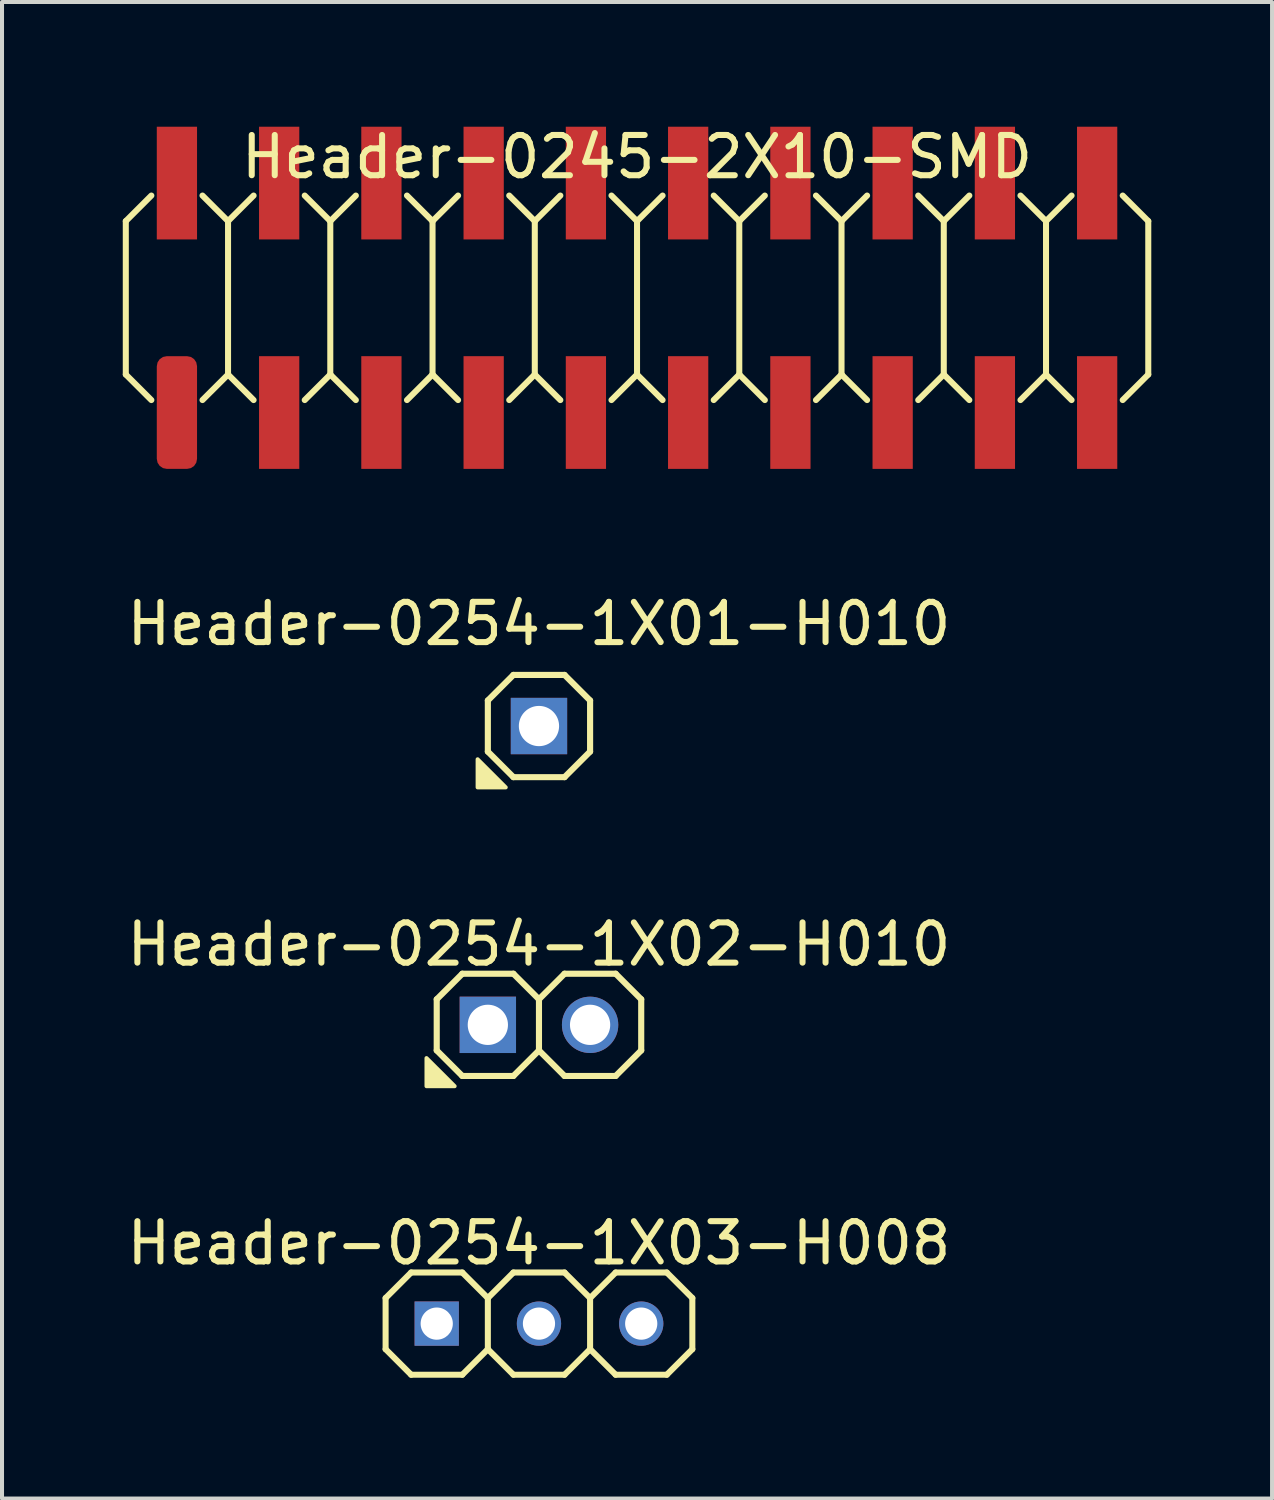
<source format=kicad_pcb>
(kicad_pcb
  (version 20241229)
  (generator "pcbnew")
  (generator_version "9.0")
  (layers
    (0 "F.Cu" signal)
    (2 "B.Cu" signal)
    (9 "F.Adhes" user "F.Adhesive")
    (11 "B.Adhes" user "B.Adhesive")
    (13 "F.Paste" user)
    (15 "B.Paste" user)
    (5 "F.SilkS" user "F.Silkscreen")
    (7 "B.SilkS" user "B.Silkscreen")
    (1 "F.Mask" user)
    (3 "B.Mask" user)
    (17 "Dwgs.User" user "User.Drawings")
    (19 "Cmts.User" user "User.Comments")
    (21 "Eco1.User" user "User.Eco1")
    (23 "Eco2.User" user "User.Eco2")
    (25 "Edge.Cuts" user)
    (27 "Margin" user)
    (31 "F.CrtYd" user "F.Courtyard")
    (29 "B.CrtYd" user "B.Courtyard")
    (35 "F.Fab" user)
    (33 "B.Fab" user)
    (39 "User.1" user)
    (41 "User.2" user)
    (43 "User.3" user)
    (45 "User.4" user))
  (footprint "Header-0254-1X01-H010"
    (layer "F.Cu")
    (at 10.339 14.986)
    (property "Reference" "Header-0254-1X01-H010" (at 0 -2.54 0) (layer "F.SilkS") (effects (font (size 1 1) (thickness 0.15))))
    (attr exclude_from_pos_files exclude_from_bom)
    (fp_line (start -1.27 -0.635) (end -1.27 0.635) (stroke (width 0.152) (type solid)) (layer "F.SilkS"))
    (fp_line (start -1.27 0.635) (end -0.635 1.27) (stroke (width 0.152) (type solid)) (layer "F.SilkS"))
    (fp_line (start -0.635 -1.27) (end -1.27 -0.635) (stroke (width 0.152) (type solid)) (layer "F.SilkS"))
    (fp_line (start -0.635 -1.27) (end 0.635 -1.27) (stroke (width 0.152) (type solid)) (layer "F.SilkS"))
    (fp_line (start 0.635 -1.27) (end 1.27 -0.635) (stroke (width 0.152) (type solid)) (layer "F.SilkS"))
    (fp_line (start 0.635 1.27) (end -0.635 1.27) (stroke (width 0.152) (type solid)) (layer "F.SilkS"))
    (fp_line (start 1.27 -0.635) (end 1.27 0.635) (stroke (width 0.152) (type solid)) (layer "F.SilkS"))
    (fp_line (start 1.27 0.635) (end 0.635 1.27) (stroke (width 0.152) (type solid)) (layer "F.SilkS"))
    (fp_poly (pts (xy -1.524 0.826) (xy -1.524 1.524) (xy -0.826 1.524)) (stroke (width 0.1) (type solid)) (fill yes) (layer "F.SilkS"))
    (pad "1" thru_hole rect (at 0 0 180) (size 1.4 1.4) (drill 1) (layers "*.Cu" "*.Mask")))
  (footprint "Header-0254-1X03-H008"
    (layer "F.Cu")
    (at 10.339 29.831)
    (property "Reference" "Header-0254-1X03-H008" (at 0 -2 0) (layer "F.SilkS") (effects (font (size 1 1) (thickness 0.15))))
    (attr exclude_from_pos_files exclude_from_bom)
    (fp_line (start -3.81 -0.635) (end -3.81 0.635) (stroke (width 0.15) (type solid)) (layer "F.SilkS"))
    (fp_line (start -3.81 0.635) (end -3.175 1.27) (stroke (width 0.15) (type solid)) (layer "F.SilkS"))
    (fp_line (start -3.175 -1.27) (end -3.81 -0.635) (stroke (width 0.15) (type solid)) (layer "F.SilkS"))
    (fp_line (start -3.175 -1.27) (end -1.905 -1.27) (stroke (width 0.15) (type solid)) (layer "F.SilkS"))
    (fp_line (start -1.905 -1.27) (end -1.27 -0.635) (stroke (width 0.15) (type solid)) (layer "F.SilkS"))
    (fp_line (start -1.905 1.27) (end -3.175 1.27) (stroke (width 0.15) (type solid)) (layer "F.SilkS"))
    (fp_line (start -1.27 -0.635) (end -1.27 0.635) (stroke (width 0.15) (type solid)) (layer "F.SilkS"))
    (fp_line (start -1.27 -0.635) (end -0.635 -1.27) (stroke (width 0.15) (type solid)) (layer "F.SilkS"))
    (fp_line (start -1.27 0.635) (end -1.905 1.27) (stroke (width 0.15) (type solid)) (layer "F.SilkS"))
    (fp_line (start -0.635 -1.27) (end 0.635 -1.27) (stroke (width 0.15) (type solid)) (layer "F.SilkS"))
    (fp_line (start -0.635 1.27) (end -1.27 0.635) (stroke (width 0.15) (type solid)) (layer "F.SilkS"))
    (fp_line (start 0.635 -1.27) (end 1.27 -0.635) (stroke (width 0.15) (type solid)) (layer "F.SilkS"))
    (fp_line (start 0.635 1.27) (end -0.635 1.27) (stroke (width 0.15) (type solid)) (layer "F.SilkS"))
    (fp_line (start 1.27 -0.635) (end 1.27 0.635) (stroke (width 0.15) (type solid)) (layer "F.SilkS"))
    (fp_line (start 1.27 -0.635) (end 1.905 -1.27) (stroke (width 0.15) (type solid)) (layer "F.SilkS"))
    (fp_line (start 1.27 0.635) (end 0.635 1.27) (stroke (width 0.15) (type solid)) (layer "F.SilkS"))
    (fp_line (start 1.905 -1.27) (end 3.175 -1.27) (stroke (width 0.15) (type solid)) (layer "F.SilkS"))
    (fp_line (start 1.905 1.27) (end 1.27 0.635) (stroke (width 0.15) (type solid)) (layer "F.SilkS"))
    (fp_line (start 3.175 -1.27) (end 3.81 -0.635) (stroke (width 0.15) (type solid)) (layer "F.SilkS"))
    (fp_line (start 3.175 1.27) (end 1.905 1.27) (stroke (width 0.15) (type solid)) (layer "F.SilkS"))
    (fp_line (start 3.81 -0.635) (end 3.81 0.635) (stroke (width 0.15) (type solid)) (layer "F.SilkS"))
    (fp_line (start 3.81 0.635) (end 3.175 1.27) (stroke (width 0.15) (type solid)) (layer "F.SilkS"))
    (pad "1" thru_hole rect (at -2.54 0 180) (size 1.1 1.1) (drill 0.8) (layers "*.Cu" "*.Mask"))
    (pad "2" thru_hole circle (at 0 0 180) (size 1.1 1.1) (drill 0.8) (layers "*.Cu" "*.Mask"))
    (pad "3" thru_hole circle (at 2.54 0 180) (size 1.1 1.1) (drill 0.8) (layers "*.Cu" "*.Mask")))
  (footprint "Header-0254-1X02-H010"
    (layer "F.Cu")
    (at 10.339 22.409)
    (property "Reference" "Header-0254-1X02-H010" (at 0 -2 0) (layer "F.SilkS") (effects (font (size 1 1) (thickness 0.15))))
    (attr exclude_from_pos_files exclude_from_bom)
    (fp_line (start -2.54 -0.635) (end -2.54 0.635) (stroke (width 0.152) (type solid)) (layer "F.SilkS"))
    (fp_line (start -2.54 0.635) (end -1.905 1.27) (stroke (width 0.152) (type solid)) (layer "F.SilkS"))
    (fp_line (start -1.905 -1.27) (end -2.54 -0.635) (stroke (width 0.152) (type solid)) (layer "F.SilkS"))
    (fp_line (start -1.905 -1.27) (end -0.635 -1.27) (stroke (width 0.152) (type solid)) (layer "F.SilkS"))
    (fp_line (start -0.635 -1.27) (end 0 -0.635) (stroke (width 0.152) (type solid)) (layer "F.SilkS"))
    (fp_line (start -0.635 1.27) (end -1.905 1.27) (stroke (width 0.152) (type solid)) (layer "F.SilkS"))
    (fp_line (start 0 -0.635) (end 0 0.635) (stroke (width 0.152) (type solid)) (layer "F.SilkS"))
    (fp_line (start 0 -0.635) (end 0.635 -1.27) (stroke (width 0.152) (type solid)) (layer "F.SilkS"))
    (fp_line (start 0 0.635) (end -0.635 1.27) (stroke (width 0.152) (type solid)) (layer "F.SilkS"))
    (fp_line (start 0.635 -1.27) (end 1.905 -1.27) (stroke (width 0.152) (type solid)) (layer "F.SilkS"))
    (fp_line (start 0.635 1.27) (end 0 0.635) (stroke (width 0.152) (type solid)) (layer "F.SilkS"))
    (fp_line (start 1.905 -1.27) (end 2.54 -0.635) (stroke (width 0.152) (type solid)) (layer "F.SilkS"))
    (fp_line (start 1.905 1.27) (end 0.635 1.27) (stroke (width 0.152) (type solid)) (layer "F.SilkS"))
    (fp_line (start 2.54 -0.635) (end 2.54 0.635) (stroke (width 0.152) (type solid)) (layer "F.SilkS"))
    (fp_line (start 2.54 0.635) (end 1.905 1.27) (stroke (width 0.152) (type solid)) (layer "F.SilkS"))
    (fp_poly (pts (xy -2.794 0.826) (xy -2.794 1.524) (xy -2.095 1.524)) (stroke (width 0.1) (type solid)) (fill yes) (layer "F.SilkS"))
    (pad "1" thru_hole rect (at -1.27 0 180) (size 1.4 1.4) (drill 1) (layers "*.Cu" "*.Mask"))
    (pad "2" thru_hole circle (at 1.27 0 180) (size 1.4 1.4) (drill 1) (layers "*.Cu" "*.Mask")))
  (footprint "Header-0245-2X10-SMD"
    (layer "F.Cu")
    (at 12.775 4.348)
    (property "Reference" "Header-0245-2X10-SMD" (at 0 -3.5 0) (layer "F.SilkS") (effects (font (size 1 1) (thickness 0.15))))
    (attr exclude_from_pos_files exclude_from_bom)
    (fp_line (start -12.7 -1.905) (end -12.065 -2.54) (stroke (width 0.15) (type solid)) (layer "F.SilkS"))
    (fp_line (start -12.7 1.905) (end -12.7 -1.905) (stroke (width 0.15) (type solid)) (layer "F.SilkS"))
    (fp_line (start -12.7 1.905) (end -12.065 2.54) (stroke (width 0.15) (type solid)) (layer "F.SilkS"))
    (fp_line (start -10.795 -2.54) (end -10.16 -1.905) (stroke (width 0.15) (type solid)) (layer "F.SilkS"))
    (fp_line (start -10.795 2.54) (end -10.16 1.905) (stroke (width 0.15) (type solid)) (layer "F.SilkS"))
    (fp_line (start -10.16 -1.905) (end -10.16 1.905) (stroke (width 0.15) (type solid)) (layer "F.SilkS"))
    (fp_line (start -10.16 -1.905) (end -9.525 -2.54) (stroke (width 0.15) (type solid)) (layer "F.SilkS"))
    (fp_line (start -10.16 1.905) (end -9.525 2.54) (stroke (width 0.15) (type solid)) (layer "F.SilkS"))
    (fp_line (start -8.255 -2.54) (end -7.62 -1.905) (stroke (width 0.15) (type solid)) (layer "F.SilkS"))
    (fp_line (start -8.255 2.54) (end -7.62 1.905) (stroke (width 0.15) (type solid)) (layer "F.SilkS"))
    (fp_line (start -7.62 -1.905) (end -7.62 1.905) (stroke (width 0.15) (type solid)) (layer "F.SilkS"))
    (fp_line (start -7.62 -1.905) (end -6.985 -2.54) (stroke (width 0.15) (type solid)) (layer "F.SilkS"))
    (fp_line (start -7.62 1.905) (end -6.985 2.54) (stroke (width 0.15) (type solid)) (layer "F.SilkS"))
    (fp_line (start -5.715 -2.54) (end -5.08 -1.905) (stroke (width 0.15) (type solid)) (layer "F.SilkS"))
    (fp_line (start -5.715 2.54) (end -5.08 1.905) (stroke (width 0.15) (type solid)) (layer "F.SilkS"))
    (fp_line (start -5.08 -1.905) (end -5.08 1.905) (stroke (width 0.15) (type solid)) (layer "F.SilkS"))
    (fp_line (start -5.08 -1.905) (end -4.445 -2.54) (stroke (width 0.15) (type solid)) (layer "F.SilkS"))
    (fp_line (start -5.08 1.905) (end -4.445 2.54) (stroke (width 0.15) (type solid)) (layer "F.SilkS"))
    (fp_line (start -3.175 -2.54) (end -2.54 -1.905) (stroke (width 0.15) (type solid)) (layer "F.SilkS"))
    (fp_line (start -3.175 2.54) (end -2.54 1.905) (stroke (width 0.15) (type solid)) (layer "F.SilkS"))
    (fp_line (start -2.54 -1.905) (end -2.54 1.905) (stroke (width 0.15) (type solid)) (layer "F.SilkS"))
    (fp_line (start -2.54 -1.905) (end -1.905 -2.54) (stroke (width 0.15) (type solid)) (layer "F.SilkS"))
    (fp_line (start -2.54 1.905) (end -1.905 2.54) (stroke (width 0.15) (type solid)) (layer "F.SilkS"))
    (fp_line (start -0.635 -2.54) (end 0 -1.905) (stroke (width 0.15) (type solid)) (layer "F.SilkS"))
    (fp_line (start -0.635 2.54) (end 0 1.905) (stroke (width 0.15) (type solid)) (layer "F.SilkS"))
    (fp_line (start 0 -1.905) (end 0 1.905) (stroke (width 0.15) (type solid)) (layer "F.SilkS"))
    (fp_line (start 0 -1.905) (end 0.635 -2.54) (stroke (width 0.15) (type solid)) (layer "F.SilkS"))
    (fp_line (start 0 1.905) (end 0.635 2.54) (stroke (width 0.15) (type solid)) (layer "F.SilkS"))
    (fp_line (start 1.905 -2.54) (end 2.54 -1.905) (stroke (width 0.15) (type solid)) (layer "F.SilkS"))
    (fp_line (start 1.905 2.54) (end 2.54 1.905) (stroke (width 0.15) (type solid)) (layer "F.SilkS"))
    (fp_line (start 2.54 -1.905) (end 2.54 1.905) (stroke (width 0.15) (type solid)) (layer "F.SilkS"))
    (fp_line (start 2.54 -1.905) (end 3.175 -2.54) (stroke (width 0.15) (type solid)) (layer "F.SilkS"))
    (fp_line (start 2.54 1.905) (end 3.175 2.54) (stroke (width 0.15) (type solid)) (layer "F.SilkS"))
    (fp_line (start 4.445 -2.54) (end 5.08 -1.905) (stroke (width 0.15) (type solid)) (layer "F.SilkS"))
    (fp_line (start 5.08 -1.905) (end 5.08 1.905) (stroke (width 0.15) (type solid)) (layer "F.SilkS"))
    (fp_line (start 5.08 -1.905) (end 5.715 -2.54) (stroke (width 0.15) (type solid)) (layer "F.SilkS"))
    (fp_line (start 5.08 1.905) (end 4.445 2.54) (stroke (width 0.15) (type solid)) (layer "F.SilkS"))
    (fp_line (start 5.08 1.905) (end 5.715 2.54) (stroke (width 0.15) (type solid)) (layer "F.SilkS"))
    (fp_line (start 6.985 -2.54) (end 7.62 -1.905) (stroke (width 0.15) (type solid)) (layer "F.SilkS"))
    (fp_line (start 7.62 -1.905) (end 7.62 1.905) (stroke (width 0.15) (type solid)) (layer "F.SilkS"))
    (fp_line (start 7.62 -1.905) (end 8.255 -2.54) (stroke (width 0.15) (type solid)) (layer "F.SilkS"))
    (fp_line (start 7.62 1.905) (end 6.985 2.54) (stroke (width 0.15) (type solid)) (layer "F.SilkS"))
    (fp_line (start 7.62 1.905) (end 8.255 2.54) (stroke (width 0.15) (type solid)) (layer "F.SilkS"))
    (fp_line (start 9.525 -2.54) (end 10.16 -1.905) (stroke (width 0.15) (type solid)) (layer "F.SilkS"))
    (fp_line (start 10.16 -1.905) (end 10.16 1.905) (stroke (width 0.15) (type solid)) (layer "F.SilkS"))
    (fp_line (start 10.16 -1.905) (end 10.795 -2.54) (stroke (width 0.15) (type solid)) (layer "F.SilkS"))
    (fp_line (start 10.16 1.905) (end 9.525 2.54) (stroke (width 0.15) (type solid)) (layer "F.SilkS"))
    (fp_line (start 10.16 1.905) (end 10.795 2.54) (stroke (width 0.15) (type solid)) (layer "F.SilkS"))
    (fp_line (start 12.065 -2.54) (end 12.7 -1.905) (stroke (width 0.15) (type solid)) (layer "F.SilkS"))
    (fp_line (start 12.7 -1.905) (end 12.7 1.905) (stroke (width 0.15) (type solid)) (layer "F.SilkS"))
    (fp_line (start 12.7 1.905) (end 12.065 2.54) (stroke (width 0.15) (type solid)) (layer "F.SilkS"))
    (pad "1" smd roundrect (at -11.43 2.85) (size 1 2.8) (layers "F.Cu" "F.Mask" "F.Paste") (roundrect_rratio 0.25))
    (pad "2" smd rect (at -11.43 -2.85) (size 1 2.8) (layers "F.Cu" "F.Mask" "F.Paste"))
    (pad "3" smd rect (at -8.89 2.85) (size 1 2.8) (layers "F.Cu" "F.Mask" "F.Paste"))
    (pad "4" smd rect (at -8.89 -2.85) (size 1 2.8) (layers "F.Cu" "F.Mask" "F.Paste"))
    (pad "5" smd rect (at -6.35 2.85) (size 1 2.8) (layers "F.Cu" "F.Mask" "F.Paste"))
    (pad "6" smd rect (at -6.35 -2.85) (size 1 2.8) (layers "F.Cu" "F.Mask" "F.Paste"))
    (pad "7" smd rect (at -3.81 2.85) (size 1 2.8) (layers "F.Cu" "F.Mask" "F.Paste"))
    (pad "8" smd rect (at -3.81 -2.85) (size 1 2.8) (layers "F.Cu" "F.Mask" "F.Paste"))
    (pad "9" smd rect (at -1.27 2.85) (size 1 2.8) (layers "F.Cu" "F.Mask" "F.Paste"))
    (pad "10" smd rect (at -1.27 -2.85) (size 1 2.8) (layers "F.Cu" "F.Mask" "F.Paste"))
    (pad "11" smd rect (at 1.27 2.85) (size 1 2.8) (layers "F.Cu" "F.Mask" "F.Paste"))
    (pad "12" smd rect (at 1.27 -2.85) (size 1 2.8) (layers "F.Cu" "F.Mask" "F.Paste"))
    (pad "13" smd rect (at 3.81 2.85) (size 1 2.8) (layers "F.Cu" "F.Mask" "F.Paste"))
    (pad "14" smd rect (at 3.81 -2.85) (size 1 2.8) (layers "F.Cu" "F.Mask" "F.Paste"))
    (pad "15" smd rect (at 6.35 2.85) (size 1 2.8) (layers "F.Cu" "F.Mask" "F.Paste"))
    (pad "16" smd rect (at 6.35 -2.85) (size 1 2.8) (layers "F.Cu" "F.Mask" "F.Paste"))
    (pad "17" smd rect (at 8.89 2.85) (size 1 2.8) (layers "F.Cu" "F.Mask" "F.Paste"))
    (pad "18" smd rect (at 8.89 -2.85) (size 1 2.8) (layers "F.Cu" "F.Mask" "F.Paste"))
    (pad "19" smd rect (at 11.43 2.85) (size 1 2.8) (layers "F.Cu" "F.Mask" "F.Paste"))
    (pad "20" smd rect (at 11.43 -2.85) (size 1 2.8) (layers "F.Cu" "F.Mask" "F.Paste")))
  (gr_rect
    (start -3 -3)
    (end 28.55 34.176)
    (stroke (width 0.1) (type default))
    (fill no)
    (layer "Edge.Cuts")))
</source>
